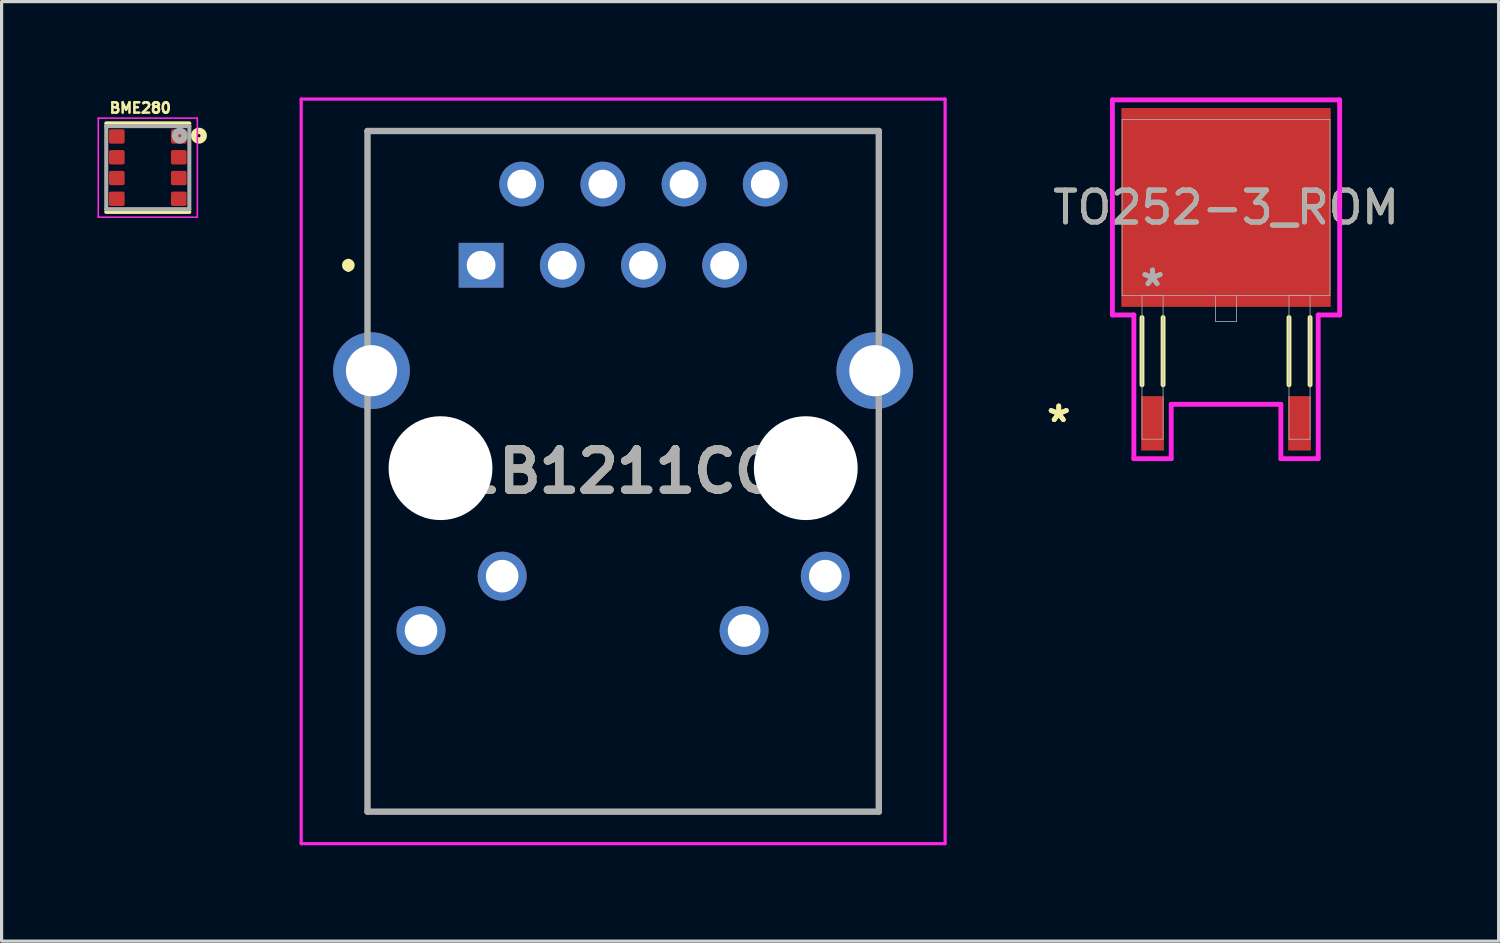
<source format=kicad_pcb>
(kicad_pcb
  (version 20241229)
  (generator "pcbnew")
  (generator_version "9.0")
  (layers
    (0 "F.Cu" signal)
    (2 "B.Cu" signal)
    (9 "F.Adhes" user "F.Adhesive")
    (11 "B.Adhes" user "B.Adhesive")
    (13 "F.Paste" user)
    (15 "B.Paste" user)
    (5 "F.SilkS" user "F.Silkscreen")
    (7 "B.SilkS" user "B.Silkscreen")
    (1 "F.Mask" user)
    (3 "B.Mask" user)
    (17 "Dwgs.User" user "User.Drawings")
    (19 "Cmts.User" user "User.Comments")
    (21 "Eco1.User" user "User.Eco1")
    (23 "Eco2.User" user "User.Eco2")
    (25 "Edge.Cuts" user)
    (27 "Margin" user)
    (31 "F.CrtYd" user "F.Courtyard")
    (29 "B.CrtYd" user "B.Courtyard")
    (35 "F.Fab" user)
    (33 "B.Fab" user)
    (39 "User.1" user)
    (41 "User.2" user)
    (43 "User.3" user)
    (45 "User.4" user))
  (footprint "BME280"
    (layer "F.Cu")
    (at 1.575 2.196)
    (property "Reference" "BME280" (at -0.235 -1.867 0) (layer "F.SilkS") (effects (font (size 0.322 0.322) (thickness 0.15))))
    (attr smd)
    (fp_line (start -1.3 -1.385) (end 1.3 -1.385) (stroke (width 0.127) (type solid)) (layer "F.SilkS"))
    (fp_line (start -1.3 1.385) (end 1.3 1.385) (stroke (width 0.127) (type solid)) (layer "F.SilkS"))
    (fp_circle (center 1.6 -1) (end 1.65 -1) (stroke (width 0.2) (type solid)) (fill no) (layer "F.SilkS"))
    (fp_line (start -1.55 -1.55) (end 1.55 -1.55) (stroke (width 0.05) (type solid)) (layer "F.CrtYd"))
    (fp_line (start -1.55 1.55) (end -1.55 -1.55) (stroke (width 0.05) (type solid)) (layer "F.CrtYd"))
    (fp_line (start 1.55 -1.55) (end 1.55 1.55) (stroke (width 0.05) (type solid)) (layer "F.CrtYd"))
    (fp_line (start 1.55 1.55) (end -1.55 1.55) (stroke (width 0.05) (type solid)) (layer "F.CrtYd"))
    (fp_line (start -1.3 -1.3) (end -1.3 1.3) (stroke (width 0.127) (type solid)) (layer "F.Fab"))
    (fp_line (start -1.3 1.3) (end 1.3 1.3) (stroke (width 0.127) (type solid)) (layer "F.Fab"))
    (fp_line (start 1.3 -1.3) (end -1.3 -1.3) (stroke (width 0.127) (type solid)) (layer "F.Fab"))
    (fp_line (start 1.3 1.3) (end 1.3 -1.3) (stroke (width 0.127) (type solid)) (layer "F.Fab"))
    (fp_circle (center 1 -1) (end 1.05 -1) (stroke (width 0.2) (type solid)) (fill no) (layer "F.Fab"))
    (pad "1" smd roundrect (at 0.97 -0.975) (size 0.49 0.45) (layers "F.Cu" "F.Mask" "F.Paste") (roundrect_rratio 0.125))
    (pad "2" smd roundrect (at 0.97 -0.325) (size 0.49 0.45) (layers "F.Cu" "F.Mask" "F.Paste") (roundrect_rratio 0.125))
    (pad "3" smd roundrect (at 0.97 0.325) (size 0.49 0.45) (layers "F.Cu" "F.Mask" "F.Paste") (roundrect_rratio 0.125))
    (pad "4" smd roundrect (at 0.97 0.975) (size 0.49 0.45) (layers "F.Cu" "F.Mask" "F.Paste") (roundrect_rratio 0.125))
    (pad "5" smd roundrect (at -0.97 0.975) (size 0.49 0.45) (layers "F.Cu" "F.Mask" "F.Paste") (roundrect_rratio 0.125))
    (pad "6" smd roundrect (at -0.97 0.325) (size 0.49 0.45) (layers "F.Cu" "F.Mask" "F.Paste") (roundrect_rratio 0.125))
    (pad "7" smd roundrect (at -0.97 -0.325) (size 0.49 0.45) (layers "F.Cu" "F.Mask" "F.Paste") (roundrect_rratio 0.125))
    (pad "8" smd roundrect (at -0.97 -0.975) (size 0.49 0.45) (layers "F.Cu" "F.Mask" "F.Paste") (roundrect_rratio 0.125)))
  (footprint "J1B1211CCD"
    (layer "F.Cu")
    (at 16.45 11.7)
    (property "Reference" "J1B1211CCD" (at 0 0 0) (layer "F.SilkS") (effects (font (size 1.27 1.27) (thickness 0.254))))
    (attr through_hole)
    (fp_line (start -8.6 -6.55) (end -8.6 -6.55) (stroke (width 0.2) (type solid)) (layer "F.SilkS"))
    (fp_line (start -8.6 -6.35) (end -8.6 -6.35) (stroke (width 0.2) (type solid)) (layer "F.SilkS"))
    (fp_line (start -8 -10.65) (end 8 -10.65) (stroke (width 0.1) (type solid)) (layer "F.SilkS"))
    (fp_line (start -8 -4.85) (end -8 -10.65) (stroke (width 0.1) (type solid)) (layer "F.SilkS"))
    (fp_line (start -8 -1.35) (end -8 10.65) (stroke (width 0.1) (type solid)) (layer "F.SilkS"))
    (fp_line (start -8 10.65) (end 8 10.65) (stroke (width 0.1) (type solid)) (layer "F.SilkS"))
    (fp_line (start 8 -10.65) (end 8 -4.85) (stroke (width 0.1) (type solid)) (layer "F.SilkS"))
    (fp_line (start 8 10.65) (end 8 -1.35) (stroke (width 0.1) (type solid)) (layer "F.SilkS"))
    (fp_arc (start -8.6 -6.55) (mid -8.5 -6.45) (end -8.6 -6.35) (stroke (width 0.2) (type solid)) (layer "F.SilkS"))
    (fp_arc (start -8.6 -6.35) (mid -8.7 -6.45) (end -8.6 -6.55) (stroke (width 0.2) (type solid)) (layer "F.SilkS"))
    (fp_line (start -10.075 -11.65) (end 10.075 -11.65) (stroke (width 0.1) (type solid)) (layer "F.CrtYd"))
    (fp_line (start -10.075 11.65) (end -10.075 -11.65) (stroke (width 0.1) (type solid)) (layer "F.CrtYd"))
    (fp_line (start 10.075 -11.65) (end 10.075 11.65) (stroke (width 0.1) (type solid)) (layer "F.CrtYd"))
    (fp_line (start 10.075 11.65) (end -10.075 11.65) (stroke (width 0.1) (type solid)) (layer "F.CrtYd"))
    (fp_line (start -8 -10.65) (end 8 -10.65) (stroke (width 0.2) (type solid)) (layer "F.Fab"))
    (fp_line (start -8 10.65) (end -8 -10.65) (stroke (width 0.2) (type solid)) (layer "F.Fab"))
    (fp_line (start 8 -10.65) (end 8 10.65) (stroke (width 0.2) (type solid)) (layer "F.Fab"))
    (fp_line (start 8 10.65) (end -8 10.65) (stroke (width 0.2) (type solid)) (layer "F.Fab"))
    (fp_text user "${REFERENCE}" (at 0 0 0) (layer "F.Fab") (effects (font (size 1.27 1.27) (thickness 0.254))))
    (pad "" np_thru_hole circle (at -5.715 -0.1) (size 3.25 3.25) (drill 3.25) (layers "*.Cu" "*.Mask"))
    (pad "" np_thru_hole circle (at 5.715 -0.1) (size 3.25 3.25) (drill 3.25) (layers "*.Cu" "*.Mask"))
    (pad "1" thru_hole rect (at -4.445 -6.45) (size 1.4 1.4) (drill 0.9) (layers "*.Cu" "*.Mask"))
    (pad "2" thru_hole circle (at -3.175 -8.99) (size 1.4 1.4) (drill 0.9) (layers "*.Cu" "*.Mask"))
    (pad "3" thru_hole circle (at -1.905 -6.45) (size 1.4 1.4) (drill 0.9) (layers "*.Cu" "*.Mask"))
    (pad "4" thru_hole circle (at -0.635 -8.99) (size 1.4 1.4) (drill 0.9) (layers "*.Cu" "*.Mask"))
    (pad "5" thru_hole circle (at 0.635 -6.45) (size 1.4 1.4) (drill 0.9) (layers "*.Cu" "*.Mask"))
    (pad "6" thru_hole circle (at 1.905 -8.99) (size 1.4 1.4) (drill 0.9) (layers "*.Cu" "*.Mask"))
    (pad "7" thru_hole circle (at 3.175 -6.45) (size 1.4 1.4) (drill 0.9) (layers "*.Cu" "*.Mask"))
    (pad "8" thru_hole circle (at 4.445 -8.99) (size 1.4 1.4) (drill 0.9) (layers "*.Cu" "*.Mask"))
    (pad "9" thru_hole circle (at -6.325 4.98) (size 1.53 1.53) (drill 1.02) (layers "*.Cu" "*.Mask"))
    (pad "10" thru_hole circle (at -3.785 3.28) (size 1.53 1.53) (drill 1.02) (layers "*.Cu" "*.Mask"))
    (pad "11" thru_hole circle (at 3.785 4.98) (size 1.53 1.53) (drill 1.02) (layers "*.Cu" "*.Mask"))
    (pad "12" thru_hole circle (at 6.325 3.28) (size 1.53 1.53) (drill 1.02) (layers "*.Cu" "*.Mask"))
    (pad "13" thru_hole circle (at -7.875 -3.15) (size 2.4 2.4) (drill 1.6) (layers "*.Cu" "*.Mask"))
    (pad "14" thru_hole circle (at 7.875 -3.15) (size 2.4 2.4) (drill 1.6) (layers "*.Cu" "*.Mask")))
  (footprint "TO252-3_ROM"
    (layer "F.Cu")
    (at 35.316 3.442)
    (property "Reference" "TO252-3_ROM" (at 0 0 0) (unlocked yes) (layer "F.SilkS") (effects (font (size 1 1) (thickness 0.15))))
    (attr smd)
    (fp_line (start -2.63 3.444) (end -2.63 5.55) (stroke (width 0.152) (type solid)) (layer "F.SilkS"))
    (fp_line (start -1.97 3.444) (end -1.97 5.55) (stroke (width 0.152) (type solid)) (layer "F.SilkS"))
    (fp_line (start 1.97 3.444) (end 1.97 5.55) (stroke (width 0.152) (type solid)) (layer "F.SilkS"))
    (fp_line (start 2.63 3.444) (end 2.63 5.55) (stroke (width 0.152) (type solid)) (layer "F.SilkS"))
    (fp_line (start -3.556 -3.365) (end 3.556 -3.365) (stroke (width 0.152) (type solid)) (layer "F.CrtYd"))
    (fp_line (start -3.556 3.365) (end -3.556 -3.365) (stroke (width 0.152) (type solid)) (layer "F.CrtYd"))
    (fp_line (start -2.884 3.365) (end -3.556 3.365) (stroke (width 0.152) (type solid)) (layer "F.CrtYd"))
    (fp_line (start -2.884 7.861) (end -2.884 3.365) (stroke (width 0.152) (type solid)) (layer "F.CrtYd"))
    (fp_line (start -1.716 6.16) (end -1.716 7.861) (stroke (width 0.152) (type solid)) (layer "F.CrtYd"))
    (fp_line (start -1.716 7.861) (end -2.884 7.861) (stroke (width 0.152) (type solid)) (layer "F.CrtYd"))
    (fp_line (start 1.716 6.16) (end -1.716 6.16) (stroke (width 0.152) (type solid)) (layer "F.CrtYd"))
    (fp_line (start 1.716 7.861) (end 1.716 6.16) (stroke (width 0.152) (type solid)) (layer "F.CrtYd"))
    (fp_line (start 2.884 3.365) (end 2.884 7.861) (stroke (width 0.152) (type solid)) (layer "F.CrtYd"))
    (fp_line (start 2.884 7.861) (end 1.716 7.861) (stroke (width 0.152) (type solid)) (layer "F.CrtYd"))
    (fp_line (start 3.556 -3.365) (end 3.556 3.365) (stroke (width 0.152) (type solid)) (layer "F.CrtYd"))
    (fp_line (start 3.556 3.365) (end 2.884 3.365) (stroke (width 0.152) (type solid)) (layer "F.CrtYd"))
    (fp_line (start -3.251 -2.756) (end -3.251 2.756) (stroke (width 0.025) (type solid)) (layer "F.Fab"))
    (fp_line (start -3.251 2.756) (end 3.251 2.756) (stroke (width 0.025) (type solid)) (layer "F.Fab"))
    (fp_line (start -2.63 2.756) (end -2.63 7.252) (stroke (width 0.025) (type solid)) (layer "F.Fab"))
    (fp_line (start -2.63 7.252) (end -1.97 7.252) (stroke (width 0.025) (type solid)) (layer "F.Fab"))
    (fp_line (start -1.97 2.756) (end -2.63 2.756) (stroke (width 0.025) (type solid)) (layer "F.Fab"))
    (fp_line (start -1.97 7.252) (end -1.97 2.756) (stroke (width 0.025) (type solid)) (layer "F.Fab"))
    (fp_line (start -0.33 2.756) (end -0.33 3.569) (stroke (width 0.025) (type solid)) (layer "F.Fab"))
    (fp_line (start -0.33 3.569) (end 0.33 3.569) (stroke (width 0.025) (type solid)) (layer "F.Fab"))
    (fp_line (start 0.33 3.569) (end 0.33 2.756) (stroke (width 0.025) (type solid)) (layer "F.Fab"))
    (fp_line (start 1.97 2.756) (end 1.97 7.252) (stroke (width 0.025) (type solid)) (layer "F.Fab"))
    (fp_line (start 1.97 7.252) (end 2.63 7.252) (stroke (width 0.025) (type solid)) (layer "F.Fab"))
    (fp_line (start 2.63 2.756) (end 1.97 2.756) (stroke (width 0.025) (type solid)) (layer "F.Fab"))
    (fp_line (start 2.63 7.252) (end 2.63 2.756) (stroke (width 0.025) (type solid)) (layer "F.Fab"))
    (fp_line (start 3.251 -2.756) (end -3.251 -2.756) (stroke (width 0.025) (type solid)) (layer "F.Fab"))
    (fp_line (start 3.251 2.756) (end 3.251 -2.756) (stroke (width 0.025) (type solid)) (layer "F.Fab"))
    (fp_text user "*" (at -5.235 6.756 0) (unlocked yes) (layer "F.SilkS") (effects (font (size 1 1) (thickness 0.15))))
    (fp_text user "*" (at -5.235 6.756 0) (layer "F.SilkS") (effects (font (size 1 1) (thickness 0.15))))
    (fp_text user "*" (at -2.3 2.502 0) (layer "F.Fab") (effects (font (size 1 1) (thickness 0.15))))
    (fp_text user "${REFERENCE}" (at 0 0 0) (unlocked yes) (layer "F.Fab") (effects (font (size 1 1) (thickness 0.15))))
    (fp_text user "*" (at -2.3 2.502 0) (unlocked yes) (layer "F.Fab") (effects (font (size 1 1) (thickness 0.15))))
    (pad "1" smd rect (at -2.3 6.756) (size 0.711 1.702) (layers "F.Cu" "F.Mask" "F.Paste"))
    (pad "2" smd rect (at 0 0) (size 6.553 6.223) (layers "F.Cu" "F.Mask" "F.Paste"))
    (pad "3" smd rect (at 2.3 6.756) (size 0.711 1.702) (layers "F.Cu" "F.Mask" "F.Paste")))
  (gr_rect
    (start -3 -3)
    (end 43.846 26.4)
    (stroke (width 0.1) (type default))
    (fill no)
    (layer "Edge.Cuts")))
</source>
